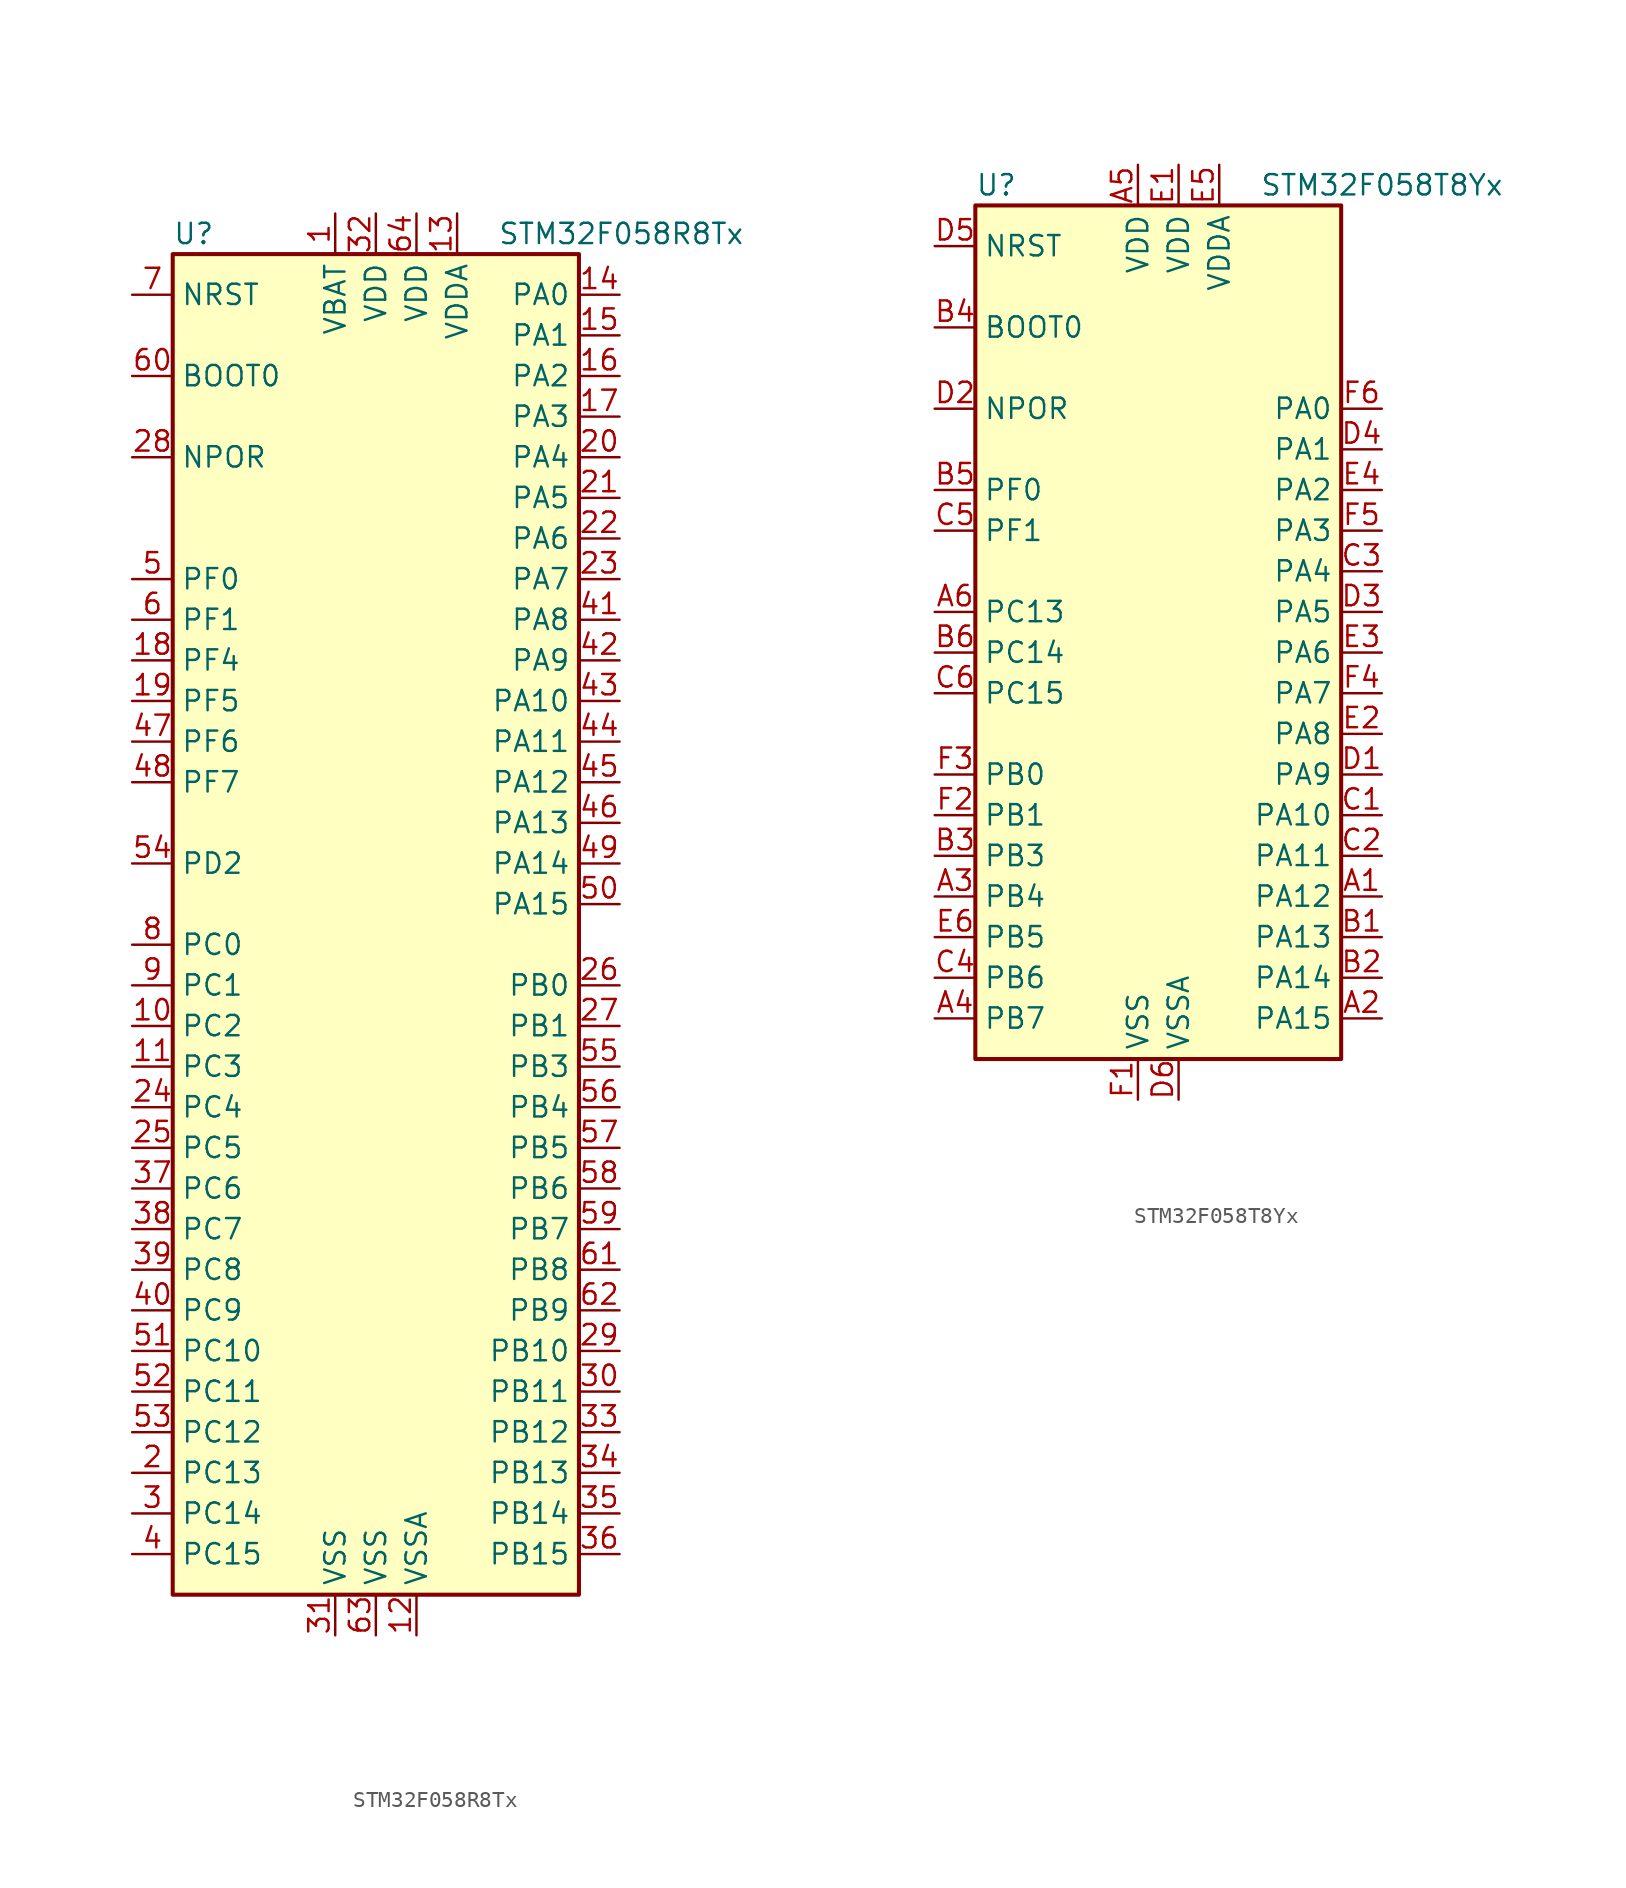
<source format=kicad_sym>
(kicad_symbol_lib
  (version 20201005)
  (generator kicad_symbol_editor)
  (symbol "STM32F058R8Tx"
    (property "Reference" "U"
      (at -12.7 41.91 0)
      (effects (font (size 1.27 1.27)) (justify left)))
    (property "Value" "STM32F058R8Tx"
      (at 7.62 41.91 0)
      (effects (font (size 1.27 1.27)) (justify left)))
    (symbol "STM32F058R8Tx_0_1"
      (rectangle (start -12.7 -43.18) (end 12.7 40.64) (stroke (width 0.254)) (fill (type background))))
    (symbol "STM32F058R8Tx_1_1"
      (pin power_in line (at -2.54 43.18 270) (length 2.54) (name "VBAT" (effects (font (size 1.27 1.27)))) (number "1" (effects (font (size 1.27 1.27)))))
      (pin bidirectional line (at -15.24 -7.62 0) (length 2.54) (name "PC2" (effects (font (size 1.27 1.27)))) (number "10" (effects (font (size 1.27 1.27)))))
      (pin bidirectional line (at -15.24 -10.16 0) (length 2.54) (name "PC3" (effects (font (size 1.27 1.27)))) (number "11" (effects (font (size 1.27 1.27)))))
      (pin power_in line (at 2.54 -45.72 90) (length 2.54) (name "VSSA" (effects (font (size 1.27 1.27)))) (number "12" (effects (font (size 1.27 1.27)))))
      (pin power_in line (at 5.08 43.18 270) (length 2.54) (name "VDDA" (effects (font (size 1.27 1.27)))) (number "13" (effects (font (size 1.27 1.27)))))
      (pin bidirectional line (at 15.24 38.1 180) (length 2.54) (name "PA0" (effects (font (size 1.27 1.27)))) (number "14" (effects (font (size 1.27 1.27)))))
      (pin bidirectional line (at 15.24 35.56 180) (length 2.54) (name "PA1" (effects (font (size 1.27 1.27)))) (number "15" (effects (font (size 1.27 1.27)))))
      (pin bidirectional line (at 15.24 33.02 180) (length 2.54) (name "PA2" (effects (font (size 1.27 1.27)))) (number "16" (effects (font (size 1.27 1.27)))))
      (pin bidirectional line (at 15.24 30.48 180) (length 2.54) (name "PA3" (effects (font (size 1.27 1.27)))) (number "17" (effects (font (size 1.27 1.27)))))
      (pin bidirectional line (at -15.24 15.24 0) (length 2.54) (name "PF4" (effects (font (size 1.27 1.27)))) (number "18" (effects (font (size 1.27 1.27)))))
      (pin bidirectional line (at -15.24 12.7 0) (length 2.54) (name "PF5" (effects (font (size 1.27 1.27)))) (number "19" (effects (font (size 1.27 1.27)))))
      (pin bidirectional line (at -15.24 -35.56 0) (length 2.54) (name "PC13" (effects (font (size 1.27 1.27)))) (number "2" (effects (font (size 1.27 1.27)))))
      (pin bidirectional line (at 15.24 27.94 180) (length 2.54) (name "PA4" (effects (font (size 1.27 1.27)))) (number "20" (effects (font (size 1.27 1.27)))))
      (pin bidirectional line (at 15.24 25.4 180) (length 2.54) (name "PA5" (effects (font (size 1.27 1.27)))) (number "21" (effects (font (size 1.27 1.27)))))
      (pin bidirectional line (at 15.24 22.86 180) (length 2.54) (name "PA6" (effects (font (size 1.27 1.27)))) (number "22" (effects (font (size 1.27 1.27)))))
      (pin bidirectional line (at 15.24 20.32 180) (length 2.54) (name "PA7" (effects (font (size 1.27 1.27)))) (number "23" (effects (font (size 1.27 1.27)))))
      (pin bidirectional line (at -15.24 -12.7 0) (length 2.54) (name "PC4" (effects (font (size 1.27 1.27)))) (number "24" (effects (font (size 1.27 1.27)))))
      (pin bidirectional line (at -15.24 -15.24 0) (length 2.54) (name "PC5" (effects (font (size 1.27 1.27)))) (number "25" (effects (font (size 1.27 1.27)))))
      (pin bidirectional line (at 15.24 -5.08 180) (length 2.54) (name "PB0" (effects (font (size 1.27 1.27)))) (number "26" (effects (font (size 1.27 1.27)))))
      (pin bidirectional line (at 15.24 -7.62 180) (length 2.54) (name "PB1" (effects (font (size 1.27 1.27)))) (number "27" (effects (font (size 1.27 1.27)))))
      (pin power_in line (at -15.24 27.94 0) (length 2.54) (name "NPOR" (effects (font (size 1.27 1.27)))) (number "28" (effects (font (size 1.27 1.27)))))
      (pin bidirectional line (at 15.24 -27.94 180) (length 2.54) (name "PB10" (effects (font (size 1.27 1.27)))) (number "29" (effects (font (size 1.27 1.27)))))
      (pin bidirectional line (at -15.24 -38.1 0) (length 2.54) (name "PC14" (effects (font (size 1.27 1.27)))) (number "3" (effects (font (size 1.27 1.27)))))
      (pin bidirectional line (at 15.24 -30.48 180) (length 2.54) (name "PB11" (effects (font (size 1.27 1.27)))) (number "30" (effects (font (size 1.27 1.27)))))
      (pin power_in line (at -2.54 -45.72 90) (length 2.54) (name "VSS" (effects (font (size 1.27 1.27)))) (number "31" (effects (font (size 1.27 1.27)))))
      (pin power_in line (at 0 43.18 270) (length 2.54) (name "VDD" (effects (font (size 1.27 1.27)))) (number "32" (effects (font (size 1.27 1.27)))))
      (pin bidirectional line (at 15.24 -33.02 180) (length 2.54) (name "PB12" (effects (font (size 1.27 1.27)))) (number "33" (effects (font (size 1.27 1.27)))))
      (pin bidirectional line (at 15.24 -35.56 180) (length 2.54) (name "PB13" (effects (font (size 1.27 1.27)))) (number "34" (effects (font (size 1.27 1.27)))))
      (pin bidirectional line (at 15.24 -38.1 180) (length 2.54) (name "PB14" (effects (font (size 1.27 1.27)))) (number "35" (effects (font (size 1.27 1.27)))))
      (pin bidirectional line (at 15.24 -40.64 180) (length 2.54) (name "PB15" (effects (font (size 1.27 1.27)))) (number "36" (effects (font (size 1.27 1.27)))))
      (pin bidirectional line (at -15.24 -17.78 0) (length 2.54) (name "PC6" (effects (font (size 1.27 1.27)))) (number "37" (effects (font (size 1.27 1.27)))))
      (pin bidirectional line (at -15.24 -20.32 0) (length 2.54) (name "PC7" (effects (font (size 1.27 1.27)))) (number "38" (effects (font (size 1.27 1.27)))))
      (pin bidirectional line (at -15.24 -22.86 0) (length 2.54) (name "PC8" (effects (font (size 1.27 1.27)))) (number "39" (effects (font (size 1.27 1.27)))))
      (pin bidirectional line (at -15.24 -40.64 0) (length 2.54) (name "PC15" (effects (font (size 1.27 1.27)))) (number "4" (effects (font (size 1.27 1.27)))))
      (pin bidirectional line (at -15.24 -25.4 0) (length 2.54) (name "PC9" (effects (font (size 1.27 1.27)))) (number "40" (effects (font (size 1.27 1.27)))))
      (pin bidirectional line (at 15.24 17.78 180) (length 2.54) (name "PA8" (effects (font (size 1.27 1.27)))) (number "41" (effects (font (size 1.27 1.27)))))
      (pin bidirectional line (at 15.24 15.24 180) (length 2.54) (name "PA9" (effects (font (size 1.27 1.27)))) (number "42" (effects (font (size 1.27 1.27)))))
      (pin bidirectional line (at 15.24 12.7 180) (length 2.54) (name "PA10" (effects (font (size 1.27 1.27)))) (number "43" (effects (font (size 1.27 1.27)))))
      (pin bidirectional line (at 15.24 10.16 180) (length 2.54) (name "PA11" (effects (font (size 1.27 1.27)))) (number "44" (effects (font (size 1.27 1.27)))))
      (pin bidirectional line (at 15.24 7.62 180) (length 2.54) (name "PA12" (effects (font (size 1.27 1.27)))) (number "45" (effects (font (size 1.27 1.27)))))
      (pin bidirectional line (at 15.24 5.08 180) (length 2.54) (name "PA13" (effects (font (size 1.27 1.27)))) (number "46" (effects (font (size 1.27 1.27)))))
      (pin bidirectional line (at -15.24 10.16 0) (length 2.54) (name "PF6" (effects (font (size 1.27 1.27)))) (number "47" (effects (font (size 1.27 1.27)))))
      (pin bidirectional line (at -15.24 7.62 0) (length 2.54) (name "PF7" (effects (font (size 1.27 1.27)))) (number "48" (effects (font (size 1.27 1.27)))))
      (pin bidirectional line (at 15.24 2.54 180) (length 2.54) (name "PA14" (effects (font (size 1.27 1.27)))) (number "49" (effects (font (size 1.27 1.27)))))
      (pin input line (at -15.24 20.32 0) (length 2.54) (name "PF0" (effects (font (size 1.27 1.27)))) (number "5" (effects (font (size 1.27 1.27)))))
      (pin bidirectional line (at 15.24 0 180) (length 2.54) (name "PA15" (effects (font (size 1.27 1.27)))) (number "50" (effects (font (size 1.27 1.27)))))
      (pin bidirectional line (at -15.24 -27.94 0) (length 2.54) (name "PC10" (effects (font (size 1.27 1.27)))) (number "51" (effects (font (size 1.27 1.27)))))
      (pin bidirectional line (at -15.24 -30.48 0) (length 2.54) (name "PC11" (effects (font (size 1.27 1.27)))) (number "52" (effects (font (size 1.27 1.27)))))
      (pin bidirectional line (at -15.24 -33.02 0) (length 2.54) (name "PC12" (effects (font (size 1.27 1.27)))) (number "53" (effects (font (size 1.27 1.27)))))
      (pin bidirectional line (at -15.24 2.54 0) (length 2.54) (name "PD2" (effects (font (size 1.27 1.27)))) (number "54" (effects (font (size 1.27 1.27)))))
      (pin bidirectional line (at 15.24 -10.16 180) (length 2.54) (name "PB3" (effects (font (size 1.27 1.27)))) (number "55" (effects (font (size 1.27 1.27)))))
      (pin bidirectional line (at 15.24 -12.7 180) (length 2.54) (name "PB4" (effects (font (size 1.27 1.27)))) (number "56" (effects (font (size 1.27 1.27)))))
      (pin bidirectional line (at 15.24 -15.24 180) (length 2.54) (name "PB5" (effects (font (size 1.27 1.27)))) (number "57" (effects (font (size 1.27 1.27)))))
      (pin bidirectional line (at 15.24 -17.78 180) (length 2.54) (name "PB6" (effects (font (size 1.27 1.27)))) (number "58" (effects (font (size 1.27 1.27)))))
      (pin bidirectional line (at 15.24 -20.32 180) (length 2.54) (name "PB7" (effects (font (size 1.27 1.27)))) (number "59" (effects (font (size 1.27 1.27)))))
      (pin input line (at -15.24 17.78 0) (length 2.54) (name "PF1" (effects (font (size 1.27 1.27)))) (number "6" (effects (font (size 1.27 1.27)))))
      (pin input line (at -15.24 33.02 0) (length 2.54) (name "BOOT0" (effects (font (size 1.27 1.27)))) (number "60" (effects (font (size 1.27 1.27)))))
      (pin bidirectional line (at 15.24 -22.86 180) (length 2.54) (name "PB8" (effects (font (size 1.27 1.27)))) (number "61" (effects (font (size 1.27 1.27)))))
      (pin bidirectional line (at 15.24 -25.4 180) (length 2.54) (name "PB9" (effects (font (size 1.27 1.27)))) (number "62" (effects (font (size 1.27 1.27)))))
      (pin power_in line (at 0 -45.72 90) (length 2.54) (name "VSS" (effects (font (size 1.27 1.27)))) (number "63" (effects (font (size 1.27 1.27)))))
      (pin power_in line (at 2.54 43.18 270) (length 2.54) (name "VDD" (effects (font (size 1.27 1.27)))) (number "64" (effects (font (size 1.27 1.27)))))
      (pin input line (at -15.24 38.1 0) (length 2.54) (name "NRST" (effects (font (size 1.27 1.27)))) (number "7" (effects (font (size 1.27 1.27)))))
      (pin bidirectional line (at -15.24 -2.54 0) (length 2.54) (name "PC0" (effects (font (size 1.27 1.27)))) (number "8" (effects (font (size 1.27 1.27)))))
      (pin bidirectional line (at -15.24 -5.08 0) (length 2.54) (name "PC1" (effects (font (size 1.27 1.27)))) (number "9" (effects (font (size 1.27 1.27)))))))
  (symbol "STM32F058T8Yx"
    (property "Reference" "U"
      (at -12.7 26.67 0)
      (effects (font (size 1.27 1.27)) (justify left)))
    (property "Value" "STM32F058T8Yx"
      (at 5.08 26.67 0)
      (effects (font (size 1.27 1.27)) (justify left)))
    (symbol "STM32F058T8Yx_0_1"
      (rectangle (start -12.7 -27.94) (end 10.16 25.4) (stroke (width 0.254)) (fill (type background))))
    (symbol "STM32F058T8Yx_1_1"
      (pin bidirectional line (at 12.7 -17.78 180) (length 2.54) (name "PA12" (effects (font (size 1.27 1.27)))) (number "A1" (effects (font (size 1.27 1.27)))))
      (pin bidirectional line (at 12.7 -25.4 180) (length 2.54) (name "PA15" (effects (font (size 1.27 1.27)))) (number "A2" (effects (font (size 1.27 1.27)))))
      (pin bidirectional line (at -15.24 -17.78 0) (length 2.54) (name "PB4" (effects (font (size 1.27 1.27)))) (number "A3" (effects (font (size 1.27 1.27)))))
      (pin bidirectional line (at -15.24 -25.4 0) (length 2.54) (name "PB7" (effects (font (size 1.27 1.27)))) (number "A4" (effects (font (size 1.27 1.27)))))
      (pin power_in line (at -2.54 27.94 270) (length 2.54) (name "VDD" (effects (font (size 1.27 1.27)))) (number "A5" (effects (font (size 1.27 1.27)))))
      (pin bidirectional line (at -15.24 0 0) (length 2.54) (name "PC13" (effects (font (size 1.27 1.27)))) (number "A6" (effects (font (size 1.27 1.27)))))
      (pin bidirectional line (at 12.7 -20.32 180) (length 2.54) (name "PA13" (effects (font (size 1.27 1.27)))) (number "B1" (effects (font (size 1.27 1.27)))))
      (pin bidirectional line (at 12.7 -22.86 180) (length 2.54) (name "PA14" (effects (font (size 1.27 1.27)))) (number "B2" (effects (font (size 1.27 1.27)))))
      (pin bidirectional line (at -15.24 -15.24 0) (length 2.54) (name "PB3" (effects (font (size 1.27 1.27)))) (number "B3" (effects (font (size 1.27 1.27)))))
      (pin input line (at -15.24 17.78 0) (length 2.54) (name "BOOT0" (effects (font (size 1.27 1.27)))) (number "B4" (effects (font (size 1.27 1.27)))))
      (pin input line (at -15.24 7.62 0) (length 2.54) (name "PF0" (effects (font (size 1.27 1.27)))) (number "B5" (effects (font (size 1.27 1.27)))))
      (pin bidirectional line (at -15.24 -2.54 0) (length 2.54) (name "PC14" (effects (font (size 1.27 1.27)))) (number "B6" (effects (font (size 1.27 1.27)))))
      (pin bidirectional line (at 12.7 -12.7 180) (length 2.54) (name "PA10" (effects (font (size 1.27 1.27)))) (number "C1" (effects (font (size 1.27 1.27)))))
      (pin bidirectional line (at 12.7 -15.24 180) (length 2.54) (name "PA11" (effects (font (size 1.27 1.27)))) (number "C2" (effects (font (size 1.27 1.27)))))
      (pin bidirectional line (at 12.7 2.54 180) (length 2.54) (name "PA4" (effects (font (size 1.27 1.27)))) (number "C3" (effects (font (size 1.27 1.27)))))
      (pin bidirectional line (at -15.24 -22.86 0) (length 2.54) (name "PB6" (effects (font (size 1.27 1.27)))) (number "C4" (effects (font (size 1.27 1.27)))))
      (pin input line (at -15.24 5.08 0) (length 2.54) (name "PF1" (effects (font (size 1.27 1.27)))) (number "C5" (effects (font (size 1.27 1.27)))))
      (pin bidirectional line (at -15.24 -5.08 0) (length 2.54) (name "PC15" (effects (font (size 1.27 1.27)))) (number "C6" (effects (font (size 1.27 1.27)))))
      (pin bidirectional line (at 12.7 -10.16 180) (length 2.54) (name "PA9" (effects (font (size 1.27 1.27)))) (number "D1" (effects (font (size 1.27 1.27)))))
      (pin power_in line (at -15.24 12.7 0) (length 2.54) (name "NPOR" (effects (font (size 1.27 1.27)))) (number "D2" (effects (font (size 1.27 1.27)))))
      (pin bidirectional line (at 12.7 0 180) (length 2.54) (name "PA5" (effects (font (size 1.27 1.27)))) (number "D3" (effects (font (size 1.27 1.27)))))
      (pin bidirectional line (at 12.7 10.16 180) (length 2.54) (name "PA1" (effects (font (size 1.27 1.27)))) (number "D4" (effects (font (size 1.27 1.27)))))
      (pin input line (at -15.24 22.86 0) (length 2.54) (name "NRST" (effects (font (size 1.27 1.27)))) (number "D5" (effects (font (size 1.27 1.27)))))
      (pin power_in line (at 0 -30.48 90) (length 2.54) (name "VSSA" (effects (font (size 1.27 1.27)))) (number "D6" (effects (font (size 1.27 1.27)))))
      (pin power_in line (at 0 27.94 270) (length 2.54) (name "VDD" (effects (font (size 1.27 1.27)))) (number "E1" (effects (font (size 1.27 1.27)))))
      (pin bidirectional line (at 12.7 -7.62 180) (length 2.54) (name "PA8" (effects (font (size 1.27 1.27)))) (number "E2" (effects (font (size 1.27 1.27)))))
      (pin bidirectional line (at 12.7 -2.54 180) (length 2.54) (name "PA6" (effects (font (size 1.27 1.27)))) (number "E3" (effects (font (size 1.27 1.27)))))
      (pin bidirectional line (at 12.7 7.62 180) (length 2.54) (name "PA2" (effects (font (size 1.27 1.27)))) (number "E4" (effects (font (size 1.27 1.27)))))
      (pin power_in line (at 2.54 27.94 270) (length 2.54) (name "VDDA" (effects (font (size 1.27 1.27)))) (number "E5" (effects (font (size 1.27 1.27)))))
      (pin bidirectional line (at -15.24 -20.32 0) (length 2.54) (name "PB5" (effects (font (size 1.27 1.27)))) (number "E6" (effects (font (size 1.27 1.27)))))
      (pin power_in line (at -2.54 -30.48 90) (length 2.54) (name "VSS" (effects (font (size 1.27 1.27)))) (number "F1" (effects (font (size 1.27 1.27)))))
      (pin bidirectional line (at -15.24 -12.7 0) (length 2.54) (name "PB1" (effects (font (size 1.27 1.27)))) (number "F2" (effects (font (size 1.27 1.27)))))
      (pin bidirectional line (at -15.24 -10.16 0) (length 2.54) (name "PB0" (effects (font (size 1.27 1.27)))) (number "F3" (effects (font (size 1.27 1.27)))))
      (pin bidirectional line (at 12.7 -5.08 180) (length 2.54) (name "PA7" (effects (font (size 1.27 1.27)))) (number "F4" (effects (font (size 1.27 1.27)))))
      (pin bidirectional line (at 12.7 5.08 180) (length 2.54) (name "PA3" (effects (font (size 1.27 1.27)))) (number "F5" (effects (font (size 1.27 1.27)))))
      (pin bidirectional line (at 12.7 12.7 180) (length 2.54) (name "PA0" (effects (font (size 1.27 1.27)))) (number "F6" (effects (font (size 1.27 1.27))))))))
</source>
